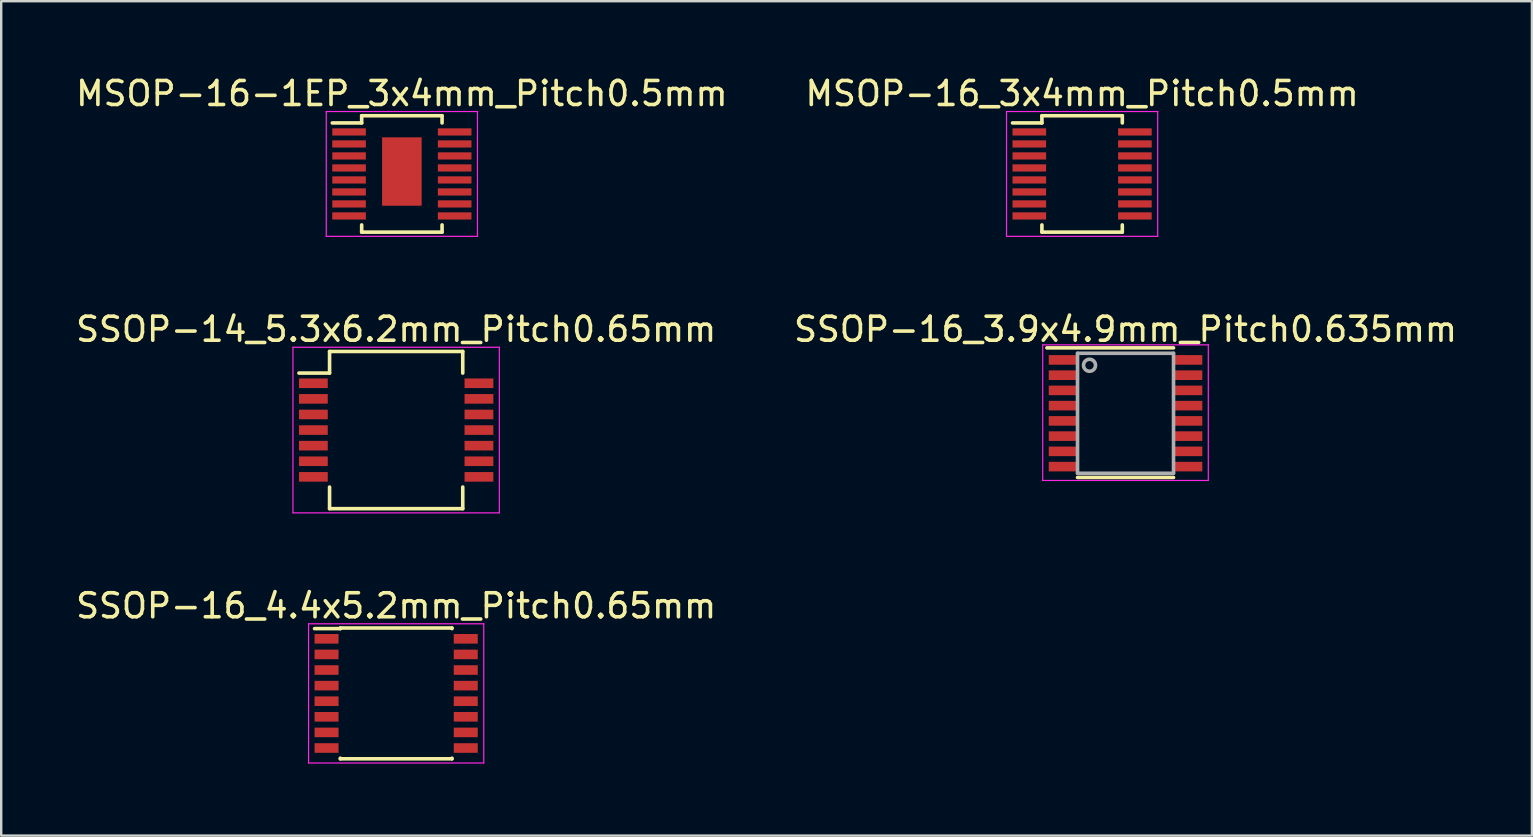
<source format=kicad_pcb>
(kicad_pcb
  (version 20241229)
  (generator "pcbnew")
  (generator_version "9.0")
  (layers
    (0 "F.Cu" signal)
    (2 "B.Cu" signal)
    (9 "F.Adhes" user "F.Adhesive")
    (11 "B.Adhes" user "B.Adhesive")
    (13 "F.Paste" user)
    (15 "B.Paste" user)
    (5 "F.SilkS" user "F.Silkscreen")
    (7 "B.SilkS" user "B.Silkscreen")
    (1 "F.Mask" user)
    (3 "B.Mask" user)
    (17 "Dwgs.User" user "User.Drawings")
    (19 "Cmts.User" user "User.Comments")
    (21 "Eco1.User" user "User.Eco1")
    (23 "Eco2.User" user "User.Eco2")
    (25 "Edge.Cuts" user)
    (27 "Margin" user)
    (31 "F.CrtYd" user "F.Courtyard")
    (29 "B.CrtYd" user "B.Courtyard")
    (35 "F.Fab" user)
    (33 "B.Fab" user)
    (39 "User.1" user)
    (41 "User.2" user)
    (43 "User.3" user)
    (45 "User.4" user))
  (footprint "MSOP-16_3x4mm_Pitch0.5mm"
    (layer "F.Cu")
    (at 42.042 4.198)
    (property "Reference" "MSOP-16_3x4mm_Pitch0.5mm" (at 0 -3.35 0) (layer "F.SilkS") (effects (font (size 1 1) (thickness 0.15))))
    (attr smd)
    (fp_line (start -1.675 -2.425) (end -1.675 -2.125) (stroke (width 0.15) (type solid)) (layer "F.SilkS"))
    (fp_line (start -1.675 -2.425) (end 1.675 -2.425) (stroke (width 0.15) (type solid)) (layer "F.SilkS"))
    (fp_line (start -1.675 -2.125) (end -2.9 -2.125) (stroke (width 0.15) (type solid)) (layer "F.SilkS"))
    (fp_line (start -1.675 2.425) (end -1.675 2.125) (stroke (width 0.15) (type solid)) (layer "F.SilkS"))
    (fp_line (start -1.675 2.425) (end 1.675 2.425) (stroke (width 0.15) (type solid)) (layer "F.SilkS"))
    (fp_line (start 1.675 -2.425) (end 1.675 -2.125) (stroke (width 0.15) (type solid)) (layer "F.SilkS"))
    (fp_line (start 1.675 2.425) (end 1.675 2.125) (stroke (width 0.15) (type solid)) (layer "F.SilkS"))
    (fp_line (start -3.15 -2.6) (end -3.15 2.6) (stroke (width 0.05) (type solid)) (layer "F.CrtYd"))
    (fp_line (start -3.15 -2.6) (end 3.15 -2.6) (stroke (width 0.05) (type solid)) (layer "F.CrtYd"))
    (fp_line (start -3.15 2.6) (end 3.15 2.6) (stroke (width 0.05) (type solid)) (layer "F.CrtYd"))
    (fp_line (start 3.15 -2.6) (end 3.15 2.6) (stroke (width 0.05) (type solid)) (layer "F.CrtYd"))
    (pad "1" smd rect (at -2.2 -1.75) (size 1.4 0.3) (layers "F.Cu" "F.Mask" "F.Paste"))
    (pad "2" smd rect (at -2.2 -1.25) (size 1.4 0.3) (layers "F.Cu" "F.Mask" "F.Paste"))
    (pad "3" smd rect (at -2.2 -0.75) (size 1.4 0.3) (layers "F.Cu" "F.Mask" "F.Paste"))
    (pad "4" smd rect (at -2.2 -0.25) (size 1.4 0.3) (layers "F.Cu" "F.Mask" "F.Paste"))
    (pad "5" smd rect (at -2.2 0.25) (size 1.4 0.3) (layers "F.Cu" "F.Mask" "F.Paste"))
    (pad "5" smd rect (at -2.2 1.75) (size 1.4 0.3) (layers "F.Cu" "F.Mask" "F.Paste"))
    (pad "6" smd rect (at -2.2 0.75) (size 1.4 0.3) (layers "F.Cu" "F.Mask" "F.Paste"))
    (pad "7" smd rect (at -2.2 1.25) (size 1.4 0.3) (layers "F.Cu" "F.Mask" "F.Paste"))
    (pad "9" smd rect (at 2.2 1.75) (size 1.4 0.3) (layers "F.Cu" "F.Mask" "F.Paste"))
    (pad "10" smd rect (at 2.2 1.25) (size 1.4 0.3) (layers "F.Cu" "F.Mask" "F.Paste"))
    (pad "11" smd rect (at 2.2 0.75) (size 1.4 0.3) (layers "F.Cu" "F.Mask" "F.Paste"))
    (pad "12" smd rect (at 2.2 0.25) (size 1.4 0.3) (layers "F.Cu" "F.Mask" "F.Paste"))
    (pad "13" smd rect (at 2.2 -0.25) (size 1.4 0.3) (layers "F.Cu" "F.Mask" "F.Paste"))
    (pad "14" smd rect (at 2.2 -0.75) (size 1.4 0.3) (layers "F.Cu" "F.Mask" "F.Paste"))
    (pad "15" smd rect (at 2.2 -1.25) (size 1.4 0.3) (layers "F.Cu" "F.Mask" "F.Paste"))
    (pad "16" smd rect (at 2.2 -1.75) (size 1.4 0.3) (layers "F.Cu" "F.Mask" "F.Paste")))
  (footprint "SSOP-14_5.3x6.2mm_Pitch0.65mm"
    (layer "F.Cu")
    (at 13.458 14.871)
    (property "Reference" "SSOP-14_5.3x6.2mm_Pitch0.65mm" (at 0 -4.2 0) (layer "F.SilkS") (effects (font (size 1 1) (thickness 0.15))))
    (attr smd)
    (fp_line (start -2.775 -3.275) (end -2.775 -2.375) (stroke (width 0.15) (type solid)) (layer "F.SilkS"))
    (fp_line (start -2.775 -3.275) (end 2.775 -3.275) (stroke (width 0.15) (type solid)) (layer "F.SilkS"))
    (fp_line (start -2.775 -2.375) (end -4.05 -2.375) (stroke (width 0.15) (type solid)) (layer "F.SilkS"))
    (fp_line (start -2.775 3.275) (end -2.775 2.375) (stroke (width 0.15) (type solid)) (layer "F.SilkS"))
    (fp_line (start -2.775 3.275) (end 2.775 3.275) (stroke (width 0.15) (type solid)) (layer "F.SilkS"))
    (fp_line (start 2.775 -3.275) (end 2.775 -2.375) (stroke (width 0.15) (type solid)) (layer "F.SilkS"))
    (fp_line (start 2.775 3.275) (end 2.775 2.375) (stroke (width 0.15) (type solid)) (layer "F.SilkS"))
    (fp_line (start -4.3 -3.45) (end -4.3 3.45) (stroke (width 0.05) (type solid)) (layer "F.CrtYd"))
    (fp_line (start -4.3 -3.45) (end 4.3 -3.45) (stroke (width 0.05) (type solid)) (layer "F.CrtYd"))
    (fp_line (start -4.3 3.45) (end 4.3 3.45) (stroke (width 0.05) (type solid)) (layer "F.CrtYd"))
    (fp_line (start 4.3 -3.45) (end 4.3 3.45) (stroke (width 0.05) (type solid)) (layer "F.CrtYd"))
    (pad "1" smd rect (at -3.45 -1.95) (size 1.2 0.4) (layers "F.Cu" "F.Mask" "F.Paste"))
    (pad "2" smd rect (at -3.45 -1.3) (size 1.2 0.4) (layers "F.Cu" "F.Mask" "F.Paste"))
    (pad "3" smd rect (at -3.45 -0.65) (size 1.2 0.4) (layers "F.Cu" "F.Mask" "F.Paste"))
    (pad "4" smd rect (at -3.45 0) (size 1.2 0.4) (layers "F.Cu" "F.Mask" "F.Paste"))
    (pad "5" smd rect (at -3.45 0.65) (size 1.2 0.4) (layers "F.Cu" "F.Mask" "F.Paste"))
    (pad "6" smd rect (at -3.45 1.3) (size 1.2 0.4) (layers "F.Cu" "F.Mask" "F.Paste"))
    (pad "7" smd rect (at -3.45 1.95) (size 1.2 0.4) (layers "F.Cu" "F.Mask" "F.Paste"))
    (pad "8" smd rect (at 3.45 1.95) (size 1.2 0.4) (layers "F.Cu" "F.Mask" "F.Paste"))
    (pad "9" smd rect (at 3.45 1.3) (size 1.2 0.4) (layers "F.Cu" "F.Mask" "F.Paste"))
    (pad "10" smd rect (at 3.45 0.65) (size 1.2 0.4) (layers "F.Cu" "F.Mask" "F.Paste"))
    (pad "11" smd rect (at 3.45 0) (size 1.2 0.4) (layers "F.Cu" "F.Mask" "F.Paste"))
    (pad "12" smd rect (at 3.45 -0.65) (size 1.2 0.4) (layers "F.Cu" "F.Mask" "F.Paste"))
    (pad "13" smd rect (at 3.45 -1.3) (size 1.2 0.4) (layers "F.Cu" "F.Mask" "F.Paste"))
    (pad "14" smd rect (at 3.45 -1.95) (size 1.2 0.4) (layers "F.Cu" "F.Mask" "F.Paste")))
  (footprint "SSOP-16_4.4x5.2mm_Pitch0.65mm"
    (layer "F.Cu")
    (at 13.458 25.845)
    (property "Reference" "SSOP-16_4.4x5.2mm_Pitch0.65mm" (at 0 -3.65 0) (layer "F.SilkS") (effects (font (size 1 1) (thickness 0.15))))
    (attr smd)
    (fp_line (start -2.325 -2.725) (end -2.325 -2.7) (stroke (width 0.15) (type solid)) (layer "F.SilkS"))
    (fp_line (start -2.325 -2.725) (end 2.325 -2.725) (stroke (width 0.15) (type solid)) (layer "F.SilkS"))
    (fp_line (start -2.325 -2.7) (end -3.4 -2.7) (stroke (width 0.15) (type solid)) (layer "F.SilkS"))
    (fp_line (start -2.325 2.725) (end -2.325 2.7) (stroke (width 0.15) (type solid)) (layer "F.SilkS"))
    (fp_line (start -2.325 2.725) (end 2.325 2.725) (stroke (width 0.15) (type solid)) (layer "F.SilkS"))
    (fp_line (start 2.325 -2.725) (end 2.325 -2.7) (stroke (width 0.15) (type solid)) (layer "F.SilkS"))
    (fp_line (start 2.325 2.725) (end 2.325 2.7) (stroke (width 0.15) (type solid)) (layer "F.SilkS"))
    (fp_line (start -3.65 -2.9) (end -3.65 2.9) (stroke (width 0.05) (type solid)) (layer "F.CrtYd"))
    (fp_line (start -3.65 -2.9) (end 3.65 -2.9) (stroke (width 0.05) (type solid)) (layer "F.CrtYd"))
    (fp_line (start -3.65 2.9) (end 3.65 2.9) (stroke (width 0.05) (type solid)) (layer "F.CrtYd"))
    (fp_line (start 3.65 -2.9) (end 3.65 2.9) (stroke (width 0.05) (type solid)) (layer "F.CrtYd"))
    (pad "1" smd rect (at -2.9 -2.275) (size 1 0.4) (layers "F.Cu" "F.Mask" "F.Paste"))
    (pad "2" smd rect (at -2.9 -1.625) (size 1 0.4) (layers "F.Cu" "F.Mask" "F.Paste"))
    (pad "3" smd rect (at -2.9 -0.975) (size 1 0.4) (layers "F.Cu" "F.Mask" "F.Paste"))
    (pad "4" smd rect (at -2.9 -0.325) (size 1 0.4) (layers "F.Cu" "F.Mask" "F.Paste"))
    (pad "5" smd rect (at -2.9 0.325) (size 1 0.4) (layers "F.Cu" "F.Mask" "F.Paste"))
    (pad "6" smd rect (at -2.9 0.975) (size 1 0.4) (layers "F.Cu" "F.Mask" "F.Paste"))
    (pad "7" smd rect (at -2.9 1.625) (size 1 0.4) (layers "F.Cu" "F.Mask" "F.Paste"))
    (pad "8" smd rect (at -2.9 2.275) (size 1 0.4) (layers "F.Cu" "F.Mask" "F.Paste"))
    (pad "9" smd rect (at 2.9 2.275) (size 1 0.4) (layers "F.Cu" "F.Mask" "F.Paste"))
    (pad "10" smd rect (at 2.9 1.625) (size 1 0.4) (layers "F.Cu" "F.Mask" "F.Paste"))
    (pad "11" smd rect (at 2.9 0.975) (size 1 0.4) (layers "F.Cu" "F.Mask" "F.Paste"))
    (pad "12" smd rect (at 2.9 0.325) (size 1 0.4) (layers "F.Cu" "F.Mask" "F.Paste"))
    (pad "13" smd rect (at 2.9 -0.325) (size 1 0.4) (layers "F.Cu" "F.Mask" "F.Paste"))
    (pad "14" smd rect (at 2.9 -0.975) (size 1 0.4) (layers "F.Cu" "F.Mask" "F.Paste"))
    (pad "15" smd rect (at 2.9 -1.625) (size 1 0.4) (layers "F.Cu" "F.Mask" "F.Paste"))
    (pad "16" smd rect (at 2.9 -2.275) (size 1 0.4) (layers "F.Cu" "F.Mask" "F.Paste")))
  (footprint "MSOP-16-1EP_3x4mm_Pitch0.5mm"
    (layer "F.Cu")
    (at 13.696 4.198)
    (property "Reference" "MSOP-16-1EP_3x4mm_Pitch0.5mm" (at 0 -3.35 0) (layer "F.SilkS") (effects (font (size 1 1) (thickness 0.15))))
    (attr smd)
    (fp_line (start -1.675 -2.425) (end -1.675 -2.125) (stroke (width 0.15) (type solid)) (layer "F.SilkS"))
    (fp_line (start -1.675 -2.425) (end 1.675 -2.425) (stroke (width 0.15) (type solid)) (layer "F.SilkS"))
    (fp_line (start -1.675 -2.125) (end -2.9 -2.125) (stroke (width 0.15) (type solid)) (layer "F.SilkS"))
    (fp_line (start -1.675 2.425) (end -1.675 2.125) (stroke (width 0.15) (type solid)) (layer "F.SilkS"))
    (fp_line (start -1.675 2.425) (end 1.675 2.425) (stroke (width 0.15) (type solid)) (layer "F.SilkS"))
    (fp_line (start 1.675 -2.425) (end 1.675 -2.125) (stroke (width 0.15) (type solid)) (layer "F.SilkS"))
    (fp_line (start 1.675 2.425) (end 1.675 2.125) (stroke (width 0.15) (type solid)) (layer "F.SilkS"))
    (fp_line (start -3.15 -2.6) (end -3.15 2.6) (stroke (width 0.05) (type solid)) (layer "F.CrtYd"))
    (fp_line (start -3.15 -2.6) (end 3.15 -2.6) (stroke (width 0.05) (type solid)) (layer "F.CrtYd"))
    (fp_line (start -3.15 2.6) (end 3.15 2.6) (stroke (width 0.05) (type solid)) (layer "F.CrtYd"))
    (fp_line (start 3.15 -2.6) (end 3.15 2.6) (stroke (width 0.05) (type solid)) (layer "F.CrtYd"))
    (pad "1" smd rect (at -2.2 -1.75) (size 1.4 0.3) (layers "F.Cu" "F.Mask" "F.Paste"))
    (pad "2" smd rect (at -2.2 -1.25) (size 1.4 0.3) (layers "F.Cu" "F.Mask" "F.Paste"))
    (pad "3" smd rect (at -2.2 -0.75) (size 1.4 0.3) (layers "F.Cu" "F.Mask" "F.Paste"))
    (pad "4" smd rect (at -2.2 -0.25) (size 1.4 0.3) (layers "F.Cu" "F.Mask" "F.Paste"))
    (pad "5" smd rect (at -2.2 0.25) (size 1.4 0.3) (layers "F.Cu" "F.Mask" "F.Paste"))
    (pad "6" smd rect (at -2.2 0.75) (size 1.4 0.3) (layers "F.Cu" "F.Mask" "F.Paste"))
    (pad "7" smd rect (at -2.2 1.25) (size 1.4 0.3) (layers "F.Cu" "F.Mask" "F.Paste"))
    (pad "8" smd rect (at -2.2 1.75) (size 1.4 0.3) (layers "F.Cu" "F.Mask" "F.Paste"))
    (pad "9" smd rect (at 2.2 1.75) (size 1.4 0.3) (layers "F.Cu" "F.Mask" "F.Paste"))
    (pad "10" smd rect (at 2.2 1.25) (size 1.4 0.3) (layers "F.Cu" "F.Mask" "F.Paste"))
    (pad "11" smd rect (at 2.2 0.75) (size 1.4 0.3) (layers "F.Cu" "F.Mask" "F.Paste"))
    (pad "12" smd rect (at 2.2 0.25) (size 1.4 0.3) (layers "F.Cu" "F.Mask" "F.Paste"))
    (pad "13" smd rect (at 2.2 -0.25) (size 1.4 0.3) (layers "F.Cu" "F.Mask" "F.Paste"))
    (pad "14" smd rect (at 2.2 -0.75) (size 1.4 0.3) (layers "F.Cu" "F.Mask" "F.Paste"))
    (pad "15" smd rect (at 2.2 -1.25) (size 1.4 0.3) (layers "F.Cu" "F.Mask" "F.Paste"))
    (pad "16" smd rect (at 2.2 -1.75) (size 1.4 0.3) (layers "F.Cu" "F.Mask" "F.Paste"))
    (pad "17" smd rect (at 0 -0.1) (size 1.65 2.85) (layers "F.Cu" "F.Mask" "F.Paste")))
  (footprint "SSOP-16_3.9x4.9mm_Pitch0.635mm"
    (layer "F.Cu")
    (at 43.851 14.171)
    (property "Reference" "SSOP-16_3.9x4.9mm_Pitch0.635mm" (at 0 -3.5 0) (layer "F.SilkS") (effects (font (size 1 1) (thickness 0.15))))
    (attr smd)
    (fp_line (start -3.275 -2.725) (end 2 -2.725) (stroke (width 0.15) (type solid)) (layer "F.SilkS"))
    (fp_line (start -2 2.675) (end 2 2.675) (stroke (width 0.15) (type solid)) (layer "F.SilkS"))
    (fp_line (start -3.45 -2.85) (end -3.45 2.8) (stroke (width 0.05) (type solid)) (layer "F.CrtYd"))
    (fp_line (start -3.45 -2.85) (end 3.45 -2.85) (stroke (width 0.05) (type solid)) (layer "F.CrtYd"))
    (fp_line (start -3.45 2.8) (end 3.45 2.8) (stroke (width 0.05) (type solid)) (layer "F.CrtYd"))
    (fp_line (start 3.45 -2.85) (end 3.45 2.8) (stroke (width 0.05) (type solid)) (layer "F.CrtYd"))
    (fp_line (start -2 -2.5) (end 2 -2.5) (stroke (width 0.15) (type solid)) (layer "F.Fab"))
    (fp_line (start -2 2.5) (end -2 -2.5) (stroke (width 0.15) (type solid)) (layer "F.Fab"))
    (fp_line (start 2 -2.5) (end 2 2.5) (stroke (width 0.15) (type solid)) (layer "F.Fab"))
    (fp_line (start 2 2.5) (end -2 2.5) (stroke (width 0.15) (type solid)) (layer "F.Fab"))
    (fp_circle (center -1.5 -2) (end -1.75 -2) (stroke (width 0.15) (type solid)) (fill no) (layer "F.Fab"))
    (pad "1" smd rect (at -2.6 -2.223) (size 1.2 0.4) (layers "F.Cu" "F.Mask" "F.Paste"))
    (pad "2" smd rect (at -2.6 -1.587) (size 1.2 0.4) (layers "F.Cu" "F.Mask" "F.Paste"))
    (pad "3" smd rect (at -2.6 -0.953) (size 1.2 0.4) (layers "F.Cu" "F.Mask" "F.Paste"))
    (pad "4" smd rect (at -2.6 -0.318) (size 1.2 0.4) (layers "F.Cu" "F.Mask" "F.Paste"))
    (pad "5" smd rect (at -2.6 0.318) (size 1.2 0.4) (layers "F.Cu" "F.Mask" "F.Paste"))
    (pad "6" smd rect (at -2.6 0.953) (size 1.2 0.4) (layers "F.Cu" "F.Mask" "F.Paste"))
    (pad "7" smd rect (at -2.6 1.587) (size 1.2 0.4) (layers "F.Cu" "F.Mask" "F.Paste"))
    (pad "8" smd rect (at -2.6 2.223) (size 1.2 0.4) (layers "F.Cu" "F.Mask" "F.Paste"))
    (pad "9" smd rect (at 2.6 2.223) (size 1.2 0.4) (layers "F.Cu" "F.Mask" "F.Paste"))
    (pad "10" smd rect (at 2.6 1.587) (size 1.2 0.4) (layers "F.Cu" "F.Mask" "F.Paste"))
    (pad "11" smd rect (at 2.6 0.953) (size 1.2 0.4) (layers "F.Cu" "F.Mask" "F.Paste"))
    (pad "12" smd rect (at 2.6 0.318) (size 1.2 0.4) (layers "F.Cu" "F.Mask" "F.Paste"))
    (pad "13" smd rect (at 2.6 -0.318) (size 1.2 0.4) (layers "F.Cu" "F.Mask" "F.Paste"))
    (pad "14" smd rect (at 2.6 -0.953) (size 1.2 0.4) (layers "F.Cu" "F.Mask" "F.Paste"))
    (pad "15" smd rect (at 2.6 -1.587) (size 1.2 0.4) (layers "F.Cu" "F.Mask" "F.Paste"))
    (pad "16" smd rect (at 2.6 -2.223) (size 1.2 0.4) (layers "F.Cu" "F.Mask" "F.Paste")))
  (gr_rect
    (start -3 -3)
    (end 60.786 31.77)
    (stroke (width 0.1) (type default))
    (fill no)
    (layer "Edge.Cuts")))
</source>
